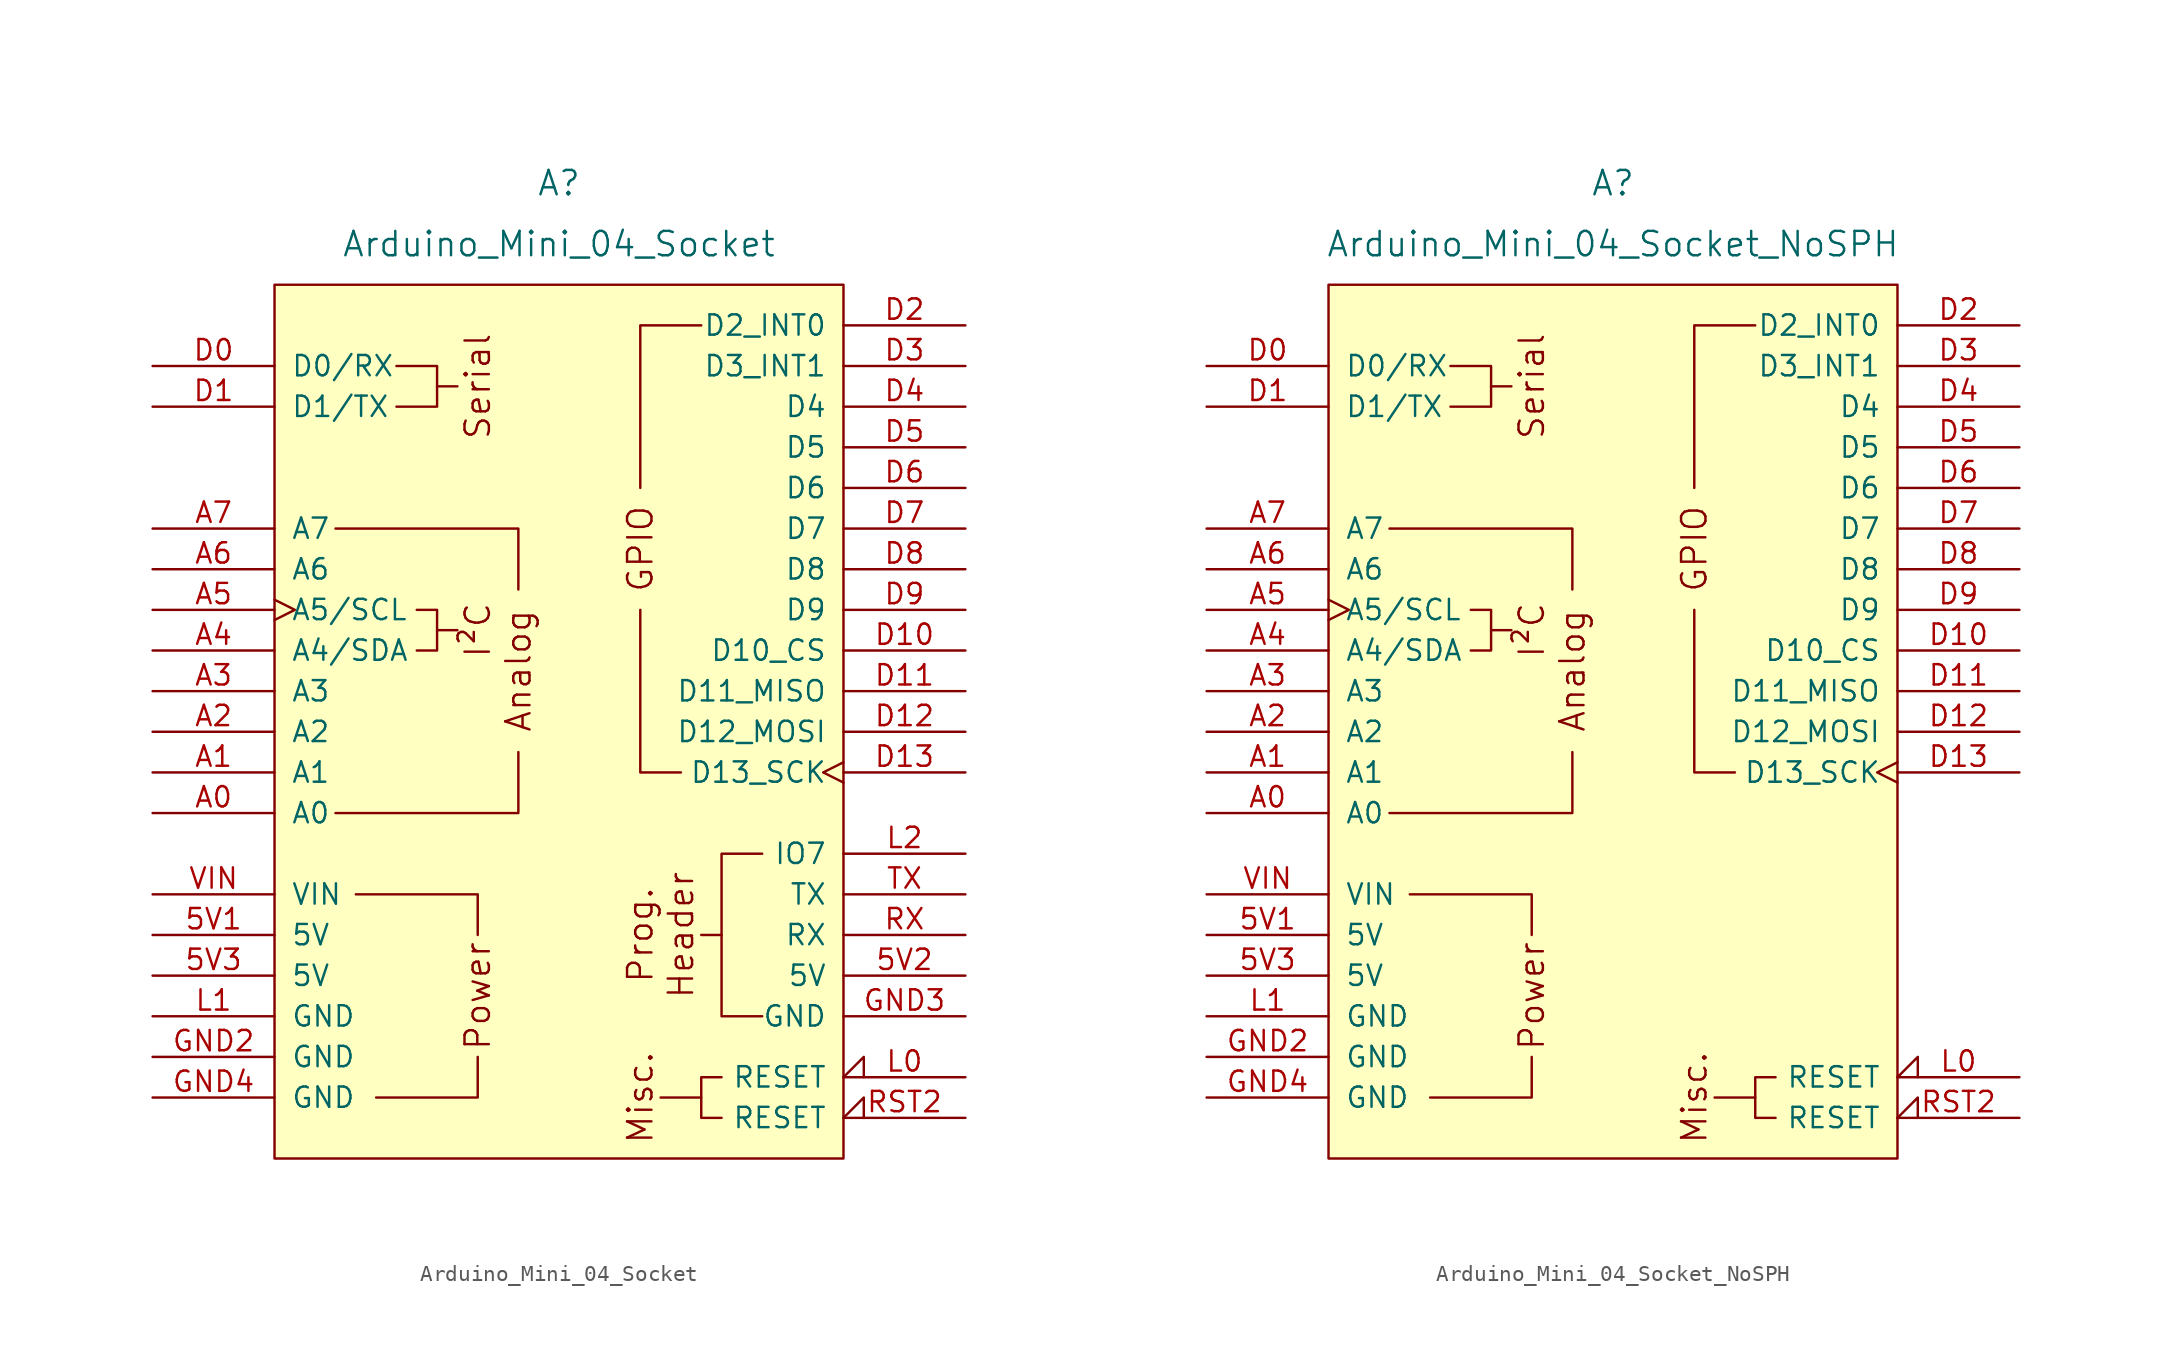
<source format=kicad_sym>
(kicad_symbol_lib
  (version 20241209)
  (generator "kicad_symbol_editor")
  (generator_version "9.0")
  (symbol "Arduino_Mini_04_Socket"
    (pin_names
      (offset 1.016))
    (property "Reference" "A"
      (at 0 34.29 0)
      (effects (font (size 1.524 1.524))))
    (property "Value" "Arduino_Mini_04_Socket"
      (at 0 30.48 0)
      (effects (font (size 1.524 1.524))))
    (symbol "Arduino_Mini_04_Socket_0_0"
      (rectangle (start -17.78 27.94) (end 17.78 -26.67) (stroke (width 0) (type default)) (fill (type background)))
      (polyline (pts (xy -11.43 -22.86) (xy -5.08 -22.86) (xy -5.08 -20.32)) (stroke (width 0) (type default)) (fill (type none)))
      (polyline (pts (xy -10.16 22.86) (xy -7.62 22.86) (xy -7.62 20.32) (xy -10.16 20.32)) (stroke (width 0) (type default)) (fill (type none)))
      (polyline (pts (xy -8.89 7.62) (xy -7.62 7.62) (xy -7.62 5.08) (xy -8.89 5.08)) (stroke (width 0) (type default)) (fill (type none)))
      (polyline (pts (xy -7.62 21.59) (xy -6.35 21.59)) (stroke (width 0) (type default)) (fill (type none)))
      (polyline (pts (xy -7.62 6.35) (xy -6.35 6.35)) (stroke (width 0) (type default)) (fill (type none)))
      (polyline (pts (xy -5.08 -12.7) (xy -5.08 -10.16) (xy -12.7 -10.16)) (stroke (width 0) (type default)) (fill (type none)))
      (polyline (pts (xy -2.54 8.89) (xy -2.54 12.7) (xy -13.97 12.7)) (stroke (width 0) (type default)) (fill (type none)))
      (polyline (pts (xy -2.54 -1.27) (xy -2.54 -5.08) (xy -13.97 -5.08)) (stroke (width 0) (type default)) (fill (type none)))
      (polyline (pts (xy 8.89 -22.86) (xy 6.35 -22.86)) (stroke (width 0) (type default)) (fill (type none)))
      (polyline (pts (xy 10.16 -12.7) (xy 10.16 -17.78) (xy 12.7 -17.78)) (stroke (width 0) (type default)) (fill (type none)))
      (polyline (pts (xy 12.7 -7.62) (xy 10.16 -7.62) (xy 10.16 -12.7) (xy 8.89 -12.7)) (stroke (width 0) (type default)) (fill (type none)))
      (text "Serial" (at -5.08 21.59 900) (effects (font (size 1.524 1.524))))
      (text "I²C" (at -5.08 6.35 900) (effects (font (size 1.524 1.524))))
      (text "Power" (at -5.08 -16.51 900) (effects (font (size 1.524 1.524))))
      (text "Analog" (at -2.54 3.81 900) (effects (font (size 1.524 1.524))))
      (text "Prog." (at 5.08 -12.7 900) (effects (font (size 1.524 1.524))))
      (text "Misc." (at 5.08 -22.86 900) (effects (font (size 1.524 1.524))))
      (text "Header" (at 7.62 -12.7 900) (effects (font (size 1.524 1.524)))))
    (symbol "Arduino_Mini_04_Socket_0_1"
      (polyline (pts (xy 7.62 -2.54) (xy 5.08 -2.54) (xy 5.08 7.62)) (stroke (width 0) (type default)) (fill (type none)))
      (polyline (pts (xy 8.89 25.4) (xy 5.08 25.4) (xy 5.08 15.24)) (stroke (width 0) (type default)) (fill (type none)))
      (polyline (pts (xy 10.16 -21.59) (xy 8.89 -21.59) (xy 8.89 -24.13) (xy 10.16 -24.13)) (stroke (width 0) (type default)) (fill (type none))))
    (symbol "Arduino_Mini_04_Socket_1_0"
      (text "GPIO" (at 5.08 11.43 900) (effects (font (size 1.524 1.524)))))
    (symbol "Arduino_Mini_04_Socket_1_1"
      (pin bidirectional line (at -25.4 22.86 0) (length 7.62) (name "D0/RX" (effects (font (size 1.27 1.27)))) (number "D0" (effects (font (size 1.27 1.27)))))
      (pin bidirectional line (at -25.4 20.32 0) (length 7.62) (name "D1/TX" (effects (font (size 1.27 1.27)))) (number "D1" (effects (font (size 1.27 1.27)))))
      (pin input line (at -25.4 12.7 0) (length 7.62) (name "A7" (effects (font (size 1.27 1.27)))) (number "A7" (effects (font (size 1.27 1.27)))))
      (pin input line (at -25.4 10.16 0) (length 7.62) (name "A6" (effects (font (size 1.27 1.27)))) (number "A6" (effects (font (size 1.27 1.27)))))
      (pin bidirectional clock (at -25.4 7.62 0) (length 7.62) (name "A5/SCL" (effects (font (size 1.27 1.27)))) (number "A5" (effects (font (size 1.27 1.27)))))
      (pin bidirectional line (at -25.4 5.08 0) (length 7.62) (name "A4/SDA" (effects (font (size 1.27 1.27)))) (number "A4" (effects (font (size 1.27 1.27)))))
      (pin bidirectional line (at -25.4 2.54 0) (length 7.62) (name "A3" (effects (font (size 1.27 1.27)))) (number "A3" (effects (font (size 1.27 1.27)))))
      (pin bidirectional line (at -25.4 0 0) (length 7.62) (name "A2" (effects (font (size 1.27 1.27)))) (number "A2" (effects (font (size 1.27 1.27)))))
      (pin bidirectional line (at -25.4 -2.54 0) (length 7.62) (name "A1" (effects (font (size 1.27 1.27)))) (number "A1" (effects (font (size 1.27 1.27)))))
      (pin bidirectional line (at -25.4 -5.08 0) (length 7.62) (name "A0" (effects (font (size 1.27 1.27)))) (number "A0" (effects (font (size 1.27 1.27)))))
      (pin power_in line (at -25.4 -10.16 0) (length 7.62) (name "VIN" (effects (font (size 1.27 1.27)))) (number "VIN" (effects (font (size 1.27 1.27)))))
      (pin power_in line (at -25.4 -12.7 0) (length 7.62) (name "5V" (effects (font (size 1.27 1.27)))) (number "5V1" (effects (font (size 1.27 1.27)))))
      (pin power_in line (at -25.4 -15.24 0) (length 7.62) (name "5V" (effects (font (size 1.27 1.27)))) (number "5V3" (effects (font (size 1.27 1.27)))))
      (pin power_in line (at -25.4 -17.78 0) (length 7.62) (name "GND" (effects (font (size 1.27 1.27)))) (number "L1" (effects (font (size 1.27 1.27)))))
      (pin power_in line (at -25.4 -20.32 0) (length 7.62) (name "GND" (effects (font (size 1.27 1.27)))) (number "GND2" (effects (font (size 1.27 1.27)))))
      (pin power_in line (at -25.4 -22.86 0) (length 7.62) (name "GND" (effects (font (size 1.27 1.27)))) (number "GND4" (effects (font (size 1.27 1.27)))))
      (pin bidirectional line (at 25.4 25.4 180) (length 7.62) (name "D2_INT0" (effects (font (size 1.27 1.27)))) (number "D2" (effects (font (size 1.27 1.27)))))
      (pin bidirectional line (at 25.4 22.86 180) (length 7.62) (name "D3_INT1" (effects (font (size 1.27 1.27)))) (number "D3" (effects (font (size 1.27 1.27)))))
      (pin bidirectional line (at 25.4 20.32 180) (length 7.62) (name "D4" (effects (font (size 1.27 1.27)))) (number "D4" (effects (font (size 1.27 1.27)))))
      (pin bidirectional line (at 25.4 17.78 180) (length 7.62) (name "D5" (effects (font (size 1.27 1.27)))) (number "D5" (effects (font (size 1.27 1.27)))))
      (pin bidirectional line (at 25.4 15.24 180) (length 7.62) (name "D6" (effects (font (size 1.27 1.27)))) (number "D6" (effects (font (size 1.27 1.27)))))
      (pin bidirectional line (at 25.4 12.7 180) (length 7.62) (name "D7" (effects (font (size 1.27 1.27)))) (number "D7" (effects (font (size 1.27 1.27)))))
      (pin bidirectional line (at 25.4 10.16 180) (length 7.62) (name "D8" (effects (font (size 1.27 1.27)))) (number "D8" (effects (font (size 1.27 1.27)))))
      (pin bidirectional line (at 25.4 7.62 180) (length 7.62) (name "D9" (effects (font (size 1.27 1.27)))) (number "D9" (effects (font (size 1.27 1.27)))))
      (pin bidirectional line (at 25.4 5.08 180) (length 7.62) (name "D10_CS" (effects (font (size 1.27 1.27)))) (number "D10" (effects (font (size 1.27 1.27)))))
      (pin bidirectional line (at 25.4 2.54 180) (length 7.62) (name "D11_MISO" (effects (font (size 1.27 1.27)))) (number "D11" (effects (font (size 1.27 1.27)))))
      (pin bidirectional line (at 25.4 0 180) (length 7.62) (name "D12_MOSI" (effects (font (size 1.27 1.27)))) (number "D12" (effects (font (size 1.27 1.27)))))
      (pin bidirectional clock (at 25.4 -2.54 180) (length 7.62) (name "D13_SCK" (effects (font (size 1.27 1.27)))) (number "D13" (effects (font (size 1.27 1.27)))))
      (pin bidirectional line (at 25.4 -7.62 180) (length 7.62) (name "IO7" (effects (font (size 1.27 1.27)))) (number "L2" (effects (font (size 1.27 1.27)))))
      (pin bidirectional line (at 25.4 -10.16 180) (length 7.62) (name "TX" (effects (font (size 1.27 1.27)))) (number "TX" (effects (font (size 1.27 1.27)))))
      (pin bidirectional line (at 25.4 -12.7 180) (length 7.62) (name "RX" (effects (font (size 1.27 1.27)))) (number "RX" (effects (font (size 1.27 1.27)))))
      (pin power_in line (at 25.4 -15.24 180) (length 7.62) (name "5V" (effects (font (size 1.27 1.27)))) (number "5V2" (effects (font (size 1.27 1.27)))))
      (pin power_in line (at 25.4 -17.78 180) (length 7.62) (name "GND" (effects (font (size 1.27 1.27)))) (number "GND3" (effects (font (size 1.27 1.27)))))
      (pin open_collector input_low (at 25.4 -21.59 180) (length 7.62) (name "RESET" (effects (font (size 1.27 1.27)))) (number "L0" (effects (font (size 1.27 1.27)))))
      (pin open_collector input_low (at 25.4 -24.13 180) (length 7.62) (name "RESET" (effects (font (size 1.27 1.27)))) (number "RST2" (effects (font (size 1.27 1.27)))))))
  (symbol "Arduino_Mini_04_Socket_NoSPH"
    (pin_names
      (offset 1.016))
    (property "Reference" "A"
      (at 0 34.29 0)
      (effects (font (size 1.524 1.524))))
    (property "Value" "Arduino_Mini_04_Socket_NoSPH"
      (at 0 30.48 0)
      (effects (font (size 1.524 1.524))))
    (symbol "Arduino_Mini_04_Socket_NoSPH_0_0"
      (rectangle (start -17.78 27.94) (end 17.78 -26.67) (stroke (width 0) (type default)) (fill (type background)))
      (polyline (pts (xy -11.43 -22.86) (xy -5.08 -22.86) (xy -5.08 -20.32)) (stroke (width 0) (type default)) (fill (type none)))
      (polyline (pts (xy -10.16 22.86) (xy -7.62 22.86) (xy -7.62 20.32) (xy -10.16 20.32)) (stroke (width 0) (type default)) (fill (type none)))
      (polyline (pts (xy -8.89 7.62) (xy -7.62 7.62) (xy -7.62 5.08) (xy -8.89 5.08)) (stroke (width 0) (type default)) (fill (type none)))
      (polyline (pts (xy -7.62 21.59) (xy -6.35 21.59)) (stroke (width 0) (type default)) (fill (type none)))
      (polyline (pts (xy -7.62 6.35) (xy -6.35 6.35)) (stroke (width 0) (type default)) (fill (type none)))
      (polyline (pts (xy -5.08 -12.7) (xy -5.08 -10.16) (xy -12.7 -10.16)) (stroke (width 0) (type default)) (fill (type none)))
      (polyline (pts (xy -2.54 8.89) (xy -2.54 12.7) (xy -13.97 12.7)) (stroke (width 0) (type default)) (fill (type none)))
      (polyline (pts (xy -2.54 -1.27) (xy -2.54 -5.08) (xy -13.97 -5.08)) (stroke (width 0) (type default)) (fill (type none)))
      (polyline (pts (xy 8.89 -22.86) (xy 6.35 -22.86)) (stroke (width 0) (type default)) (fill (type none)))
      (text "Serial" (at -5.08 21.59 900) (effects (font (size 1.524 1.524))))
      (text "I²C" (at -5.08 6.35 900) (effects (font (size 1.524 1.524))))
      (text "Power" (at -5.08 -16.51 900) (effects (font (size 1.524 1.524))))
      (text "Analog" (at -2.54 3.81 900) (effects (font (size 1.524 1.524))))
      (text "Misc." (at 5.08 -22.86 900) (effects (font (size 1.524 1.524)))))
    (symbol "Arduino_Mini_04_Socket_NoSPH_0_1"
      (polyline (pts (xy 7.62 -2.54) (xy 5.08 -2.54) (xy 5.08 7.62)) (stroke (width 0) (type default)) (fill (type none)))
      (polyline (pts (xy 8.89 25.4) (xy 5.08 25.4) (xy 5.08 15.24)) (stroke (width 0) (type default)) (fill (type none)))
      (polyline (pts (xy 10.16 -21.59) (xy 8.89 -21.59) (xy 8.89 -24.13) (xy 10.16 -24.13)) (stroke (width 0) (type default)) (fill (type none))))
    (symbol "Arduino_Mini_04_Socket_NoSPH_1_0"
      (text "GPIO" (at 5.08 11.43 900) (effects (font (size 1.524 1.524)))))
    (symbol "Arduino_Mini_04_Socket_NoSPH_1_1"
      (pin bidirectional line (at -25.4 22.86 0) (length 7.62) (name "D0/RX" (effects (font (size 1.27 1.27)))) (number "D0" (effects (font (size 1.27 1.27)))))
      (pin bidirectional line (at -25.4 20.32 0) (length 7.62) (name "D1/TX" (effects (font (size 1.27 1.27)))) (number "D1" (effects (font (size 1.27 1.27)))))
      (pin input line (at -25.4 12.7 0) (length 7.62) (name "A7" (effects (font (size 1.27 1.27)))) (number "A7" (effects (font (size 1.27 1.27)))))
      (pin input line (at -25.4 10.16 0) (length 7.62) (name "A6" (effects (font (size 1.27 1.27)))) (number "A6" (effects (font (size 1.27 1.27)))))
      (pin bidirectional clock (at -25.4 7.62 0) (length 7.62) (name "A5/SCL" (effects (font (size 1.27 1.27)))) (number "A5" (effects (font (size 1.27 1.27)))))
      (pin bidirectional line (at -25.4 5.08 0) (length 7.62) (name "A4/SDA" (effects (font (size 1.27 1.27)))) (number "A4" (effects (font (size 1.27 1.27)))))
      (pin bidirectional line (at -25.4 2.54 0) (length 7.62) (name "A3" (effects (font (size 1.27 1.27)))) (number "A3" (effects (font (size 1.27 1.27)))))
      (pin bidirectional line (at -25.4 0 0) (length 7.62) (name "A2" (effects (font (size 1.27 1.27)))) (number "A2" (effects (font (size 1.27 1.27)))))
      (pin bidirectional line (at -25.4 -2.54 0) (length 7.62) (name "A1" (effects (font (size 1.27 1.27)))) (number "A1" (effects (font (size 1.27 1.27)))))
      (pin bidirectional line (at -25.4 -5.08 0) (length 7.62) (name "A0" (effects (font (size 1.27 1.27)))) (number "A0" (effects (font (size 1.27 1.27)))))
      (pin power_in line (at -25.4 -10.16 0) (length 7.62) (name "VIN" (effects (font (size 1.27 1.27)))) (number "VIN" (effects (font (size 1.27 1.27)))))
      (pin power_in line (at -25.4 -12.7 0) (length 7.62) (name "5V" (effects (font (size 1.27 1.27)))) (number "5V1" (effects (font (size 1.27 1.27)))))
      (pin power_in line (at -25.4 -15.24 0) (length 7.62) (name "5V" (effects (font (size 1.27 1.27)))) (number "5V3" (effects (font (size 1.27 1.27)))))
      (pin power_in line (at -25.4 -17.78 0) (length 7.62) (name "GND" (effects (font (size 1.27 1.27)))) (number "L1" (effects (font (size 1.27 1.27)))))
      (pin power_in line (at -25.4 -20.32 0) (length 7.62) (name "GND" (effects (font (size 1.27 1.27)))) (number "GND2" (effects (font (size 1.27 1.27)))))
      (pin power_in line (at -25.4 -22.86 0) (length 7.62) (name "GND" (effects (font (size 1.27 1.27)))) (number "GND4" (effects (font (size 1.27 1.27)))))
      (pin bidirectional line (at 25.4 25.4 180) (length 7.62) (name "D2_INT0" (effects (font (size 1.27 1.27)))) (number "D2" (effects (font (size 1.27 1.27)))))
      (pin bidirectional line (at 25.4 22.86 180) (length 7.62) (name "D3_INT1" (effects (font (size 1.27 1.27)))) (number "D3" (effects (font (size 1.27 1.27)))))
      (pin bidirectional line (at 25.4 20.32 180) (length 7.62) (name "D4" (effects (font (size 1.27 1.27)))) (number "D4" (effects (font (size 1.27 1.27)))))
      (pin bidirectional line (at 25.4 17.78 180) (length 7.62) (name "D5" (effects (font (size 1.27 1.27)))) (number "D5" (effects (font (size 1.27 1.27)))))
      (pin bidirectional line (at 25.4 15.24 180) (length 7.62) (name "D6" (effects (font (size 1.27 1.27)))) (number "D6" (effects (font (size 1.27 1.27)))))
      (pin bidirectional line (at 25.4 12.7 180) (length 7.62) (name "D7" (effects (font (size 1.27 1.27)))) (number "D7" (effects (font (size 1.27 1.27)))))
      (pin bidirectional line (at 25.4 10.16 180) (length 7.62) (name "D8" (effects (font (size 1.27 1.27)))) (number "D8" (effects (font (size 1.27 1.27)))))
      (pin bidirectional line (at 25.4 7.62 180) (length 7.62) (name "D9" (effects (font (size 1.27 1.27)))) (number "D9" (effects (font (size 1.27 1.27)))))
      (pin bidirectional line (at 25.4 5.08 180) (length 7.62) (name "D10_CS" (effects (font (size 1.27 1.27)))) (number "D10" (effects (font (size 1.27 1.27)))))
      (pin bidirectional line (at 25.4 2.54 180) (length 7.62) (name "D11_MISO" (effects (font (size 1.27 1.27)))) (number "D11" (effects (font (size 1.27 1.27)))))
      (pin bidirectional line (at 25.4 0 180) (length 7.62) (name "D12_MOSI" (effects (font (size 1.27 1.27)))) (number "D12" (effects (font (size 1.27 1.27)))))
      (pin bidirectional clock (at 25.4 -2.54 180) (length 7.62) (name "D13_SCK" (effects (font (size 1.27 1.27)))) (number "D13" (effects (font (size 1.27 1.27)))))
      (pin open_collector input_low (at 25.4 -21.59 180) (length 7.62) (name "RESET" (effects (font (size 1.27 1.27)))) (number "L0" (effects (font (size 1.27 1.27)))))
      (pin open_collector input_low (at 25.4 -24.13 180) (length 7.62) (name "RESET" (effects (font (size 1.27 1.27)))) (number "RST2" (effects (font (size 1.27 1.27))))))))
</source>
